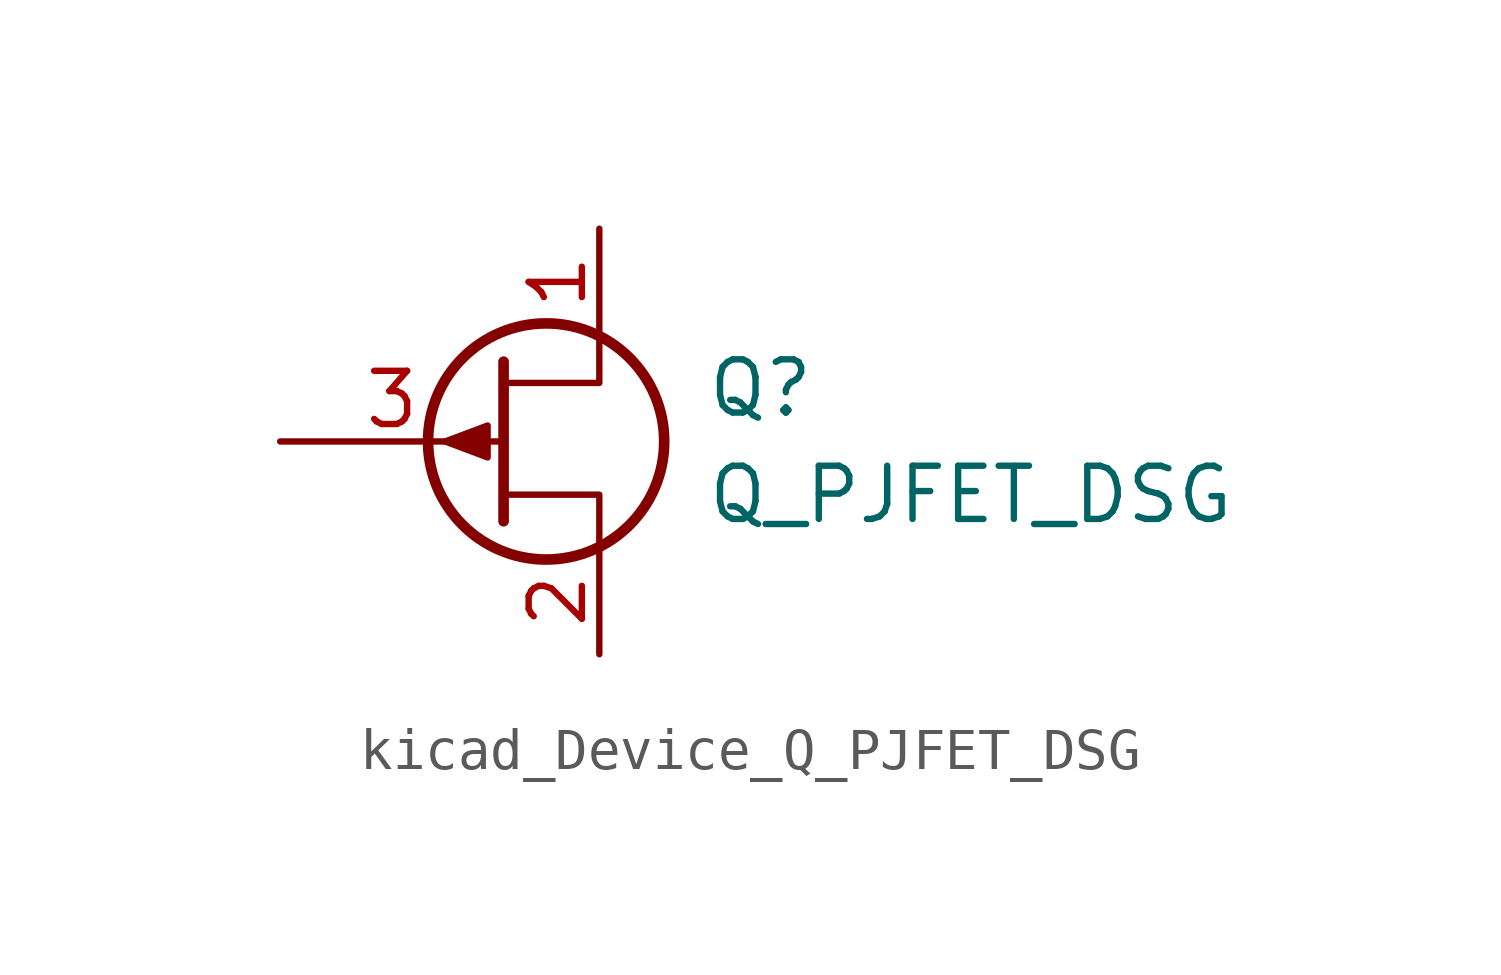
<source format=kicad_sym>
(kicad_symbol_lib
  (version 20220914)
  (generator kicad_symbol_editor)
  (symbol "kicad_Device_Q_PJFET_DSG"
    (pin_names
      (offset 0) hide)
    (property "Reference" "Q"
      (at 5.08 1.27 0)
      (effects (font (size 1.27 1.27)) (justify left)))
    (property "Value" "Q_PJFET_DSG"
      (at 5.08 -1.27 0)
      (effects (font (size 1.27 1.27)) (justify left)))
    (symbol "kicad_Device_Q_PJFET_DSG_0_1"
      (polyline (pts (xy 0.254 1.905) (xy 0.254 -1.905) (xy 0.254 -1.905)) (stroke (width 0.254) (type default)) (fill (type none)))
      (polyline (pts (xy 2.54 -2.54) (xy 2.54 -1.27) (xy 0.254 -1.27)) (stroke (width 0) (type default)) (fill (type none)))
      (polyline (pts (xy 2.54 2.54) (xy 2.54 1.397) (xy 0.254 1.397)) (stroke (width 0) (type default)) (fill (type none)))
      (polyline (pts (xy -1.143 0) (xy -0.127 0.381) (xy -0.127 -0.381) (xy -1.143 0)) (stroke (width 0) (type default)) (fill (type outline)))
      (circle (center 1.27 0) (radius 2.819) (stroke (width 0.254) (type default)) (fill (type none))))
    (symbol "kicad_Device_Q_PJFET_DSG_1_1"
      (pin passive line (at 2.54 5.08 270) (length 2.54) (name "D" (effects (font (size 1.27 1.27)))) (number "1" (effects (font (size 1.27 1.27)))))
      (pin passive line (at 2.54 -5.08 90) (length 2.54) (name "S" (effects (font (size 1.27 1.27)))) (number "2" (effects (font (size 1.27 1.27)))))
      (pin input line (at -5.08 0 0) (length 5.334) (name "G" (effects (font (size 1.27 1.27)))) (number "3" (effects (font (size 1.27 1.27))))))))
</source>
